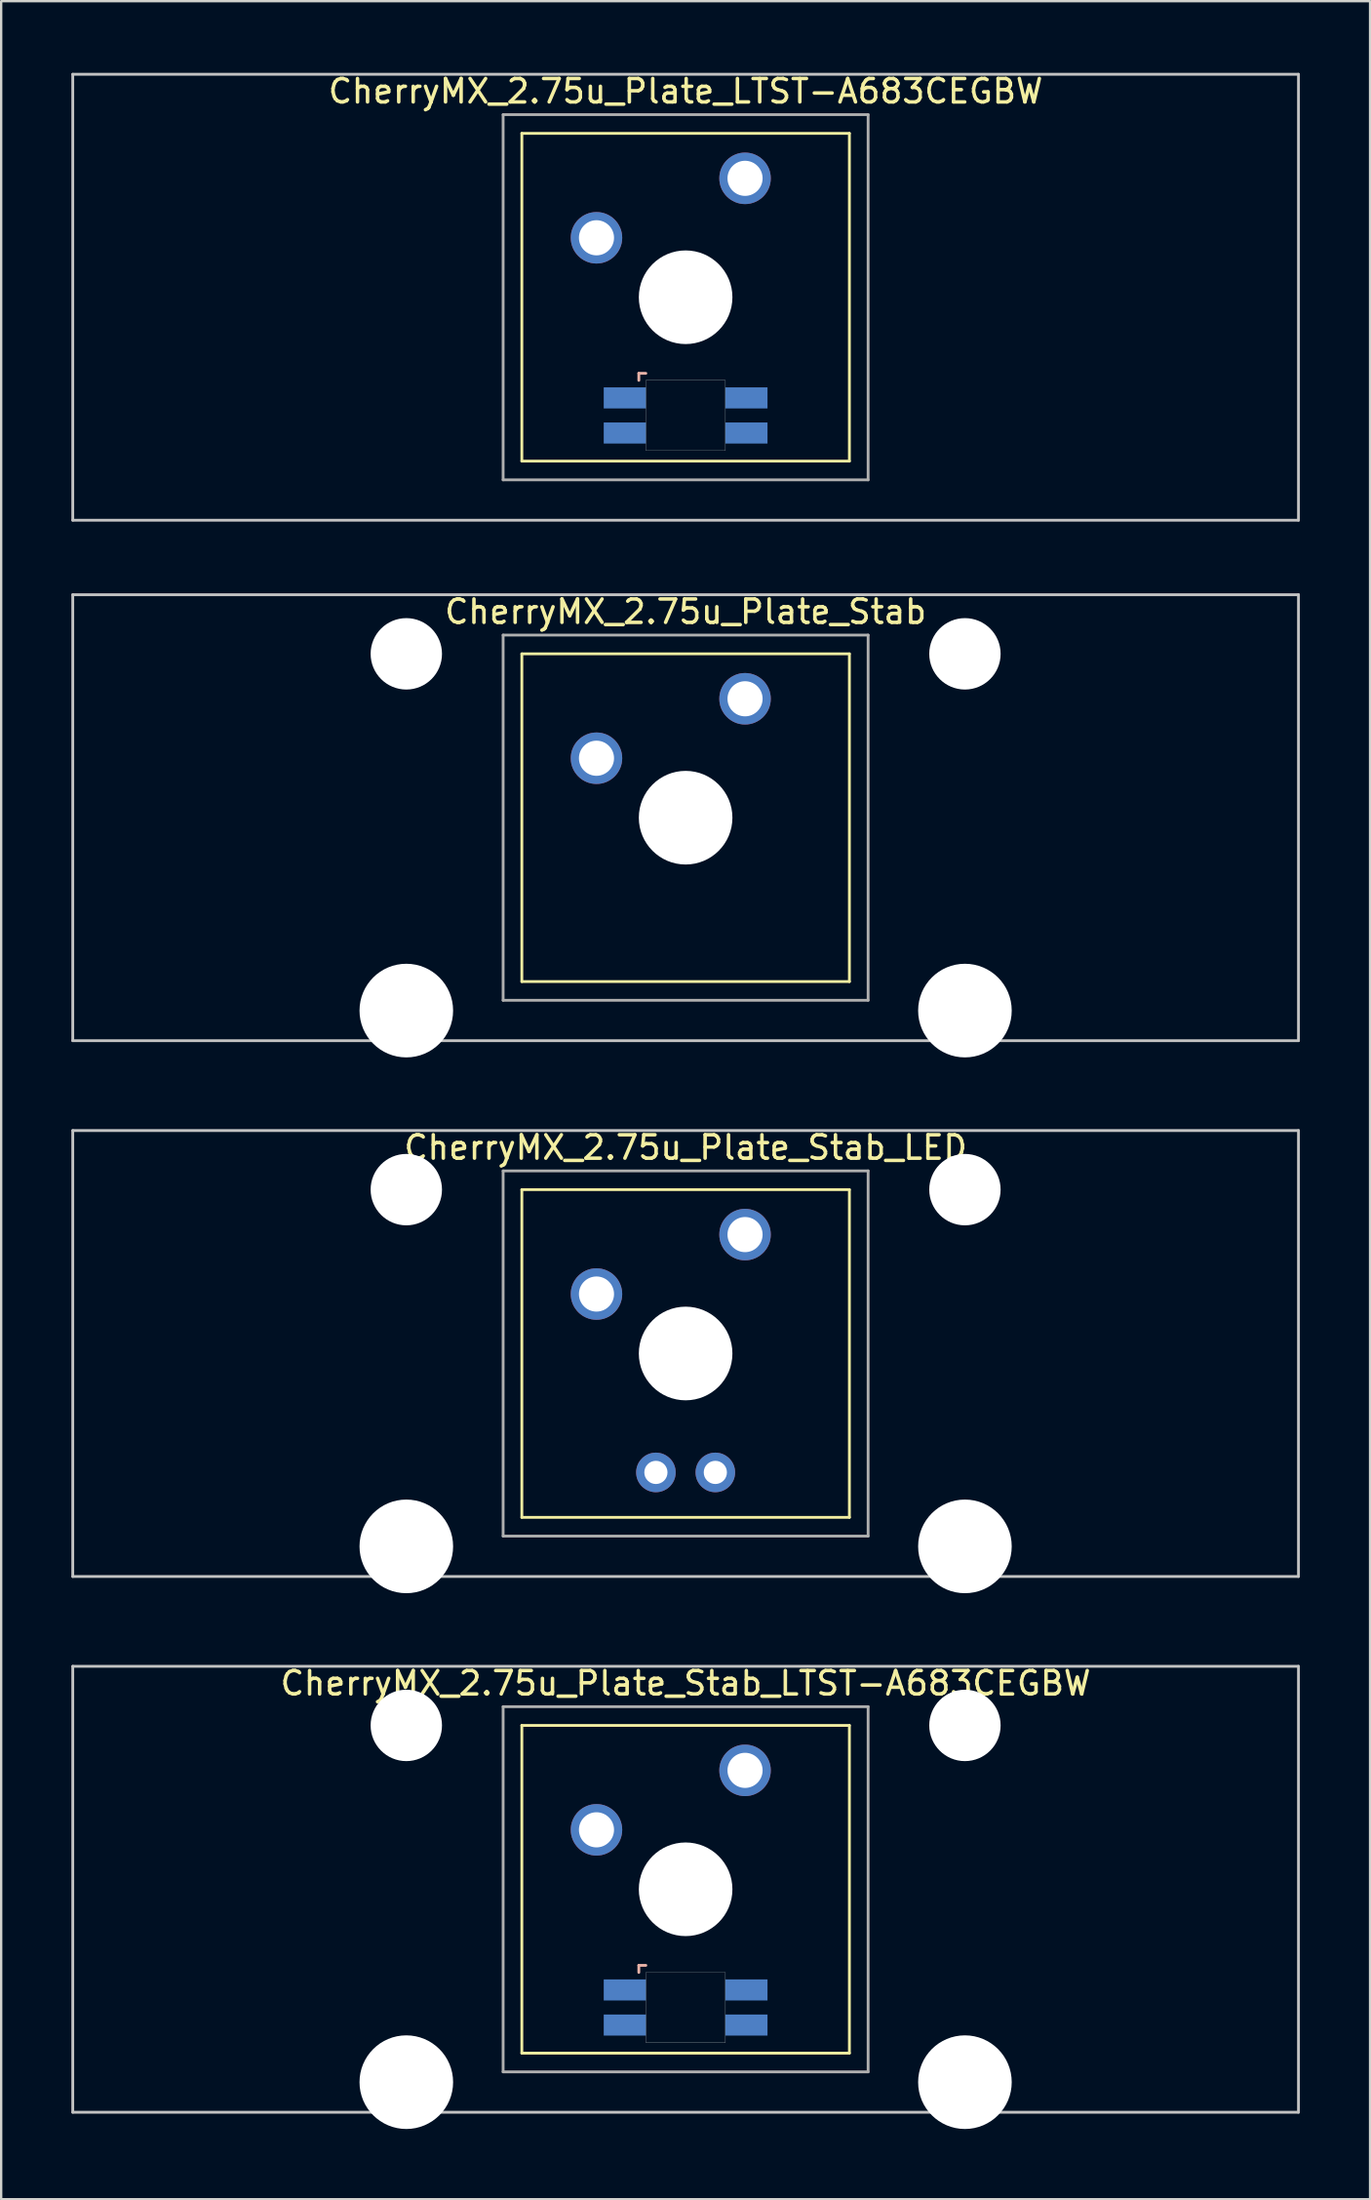
<source format=kicad_pcb>
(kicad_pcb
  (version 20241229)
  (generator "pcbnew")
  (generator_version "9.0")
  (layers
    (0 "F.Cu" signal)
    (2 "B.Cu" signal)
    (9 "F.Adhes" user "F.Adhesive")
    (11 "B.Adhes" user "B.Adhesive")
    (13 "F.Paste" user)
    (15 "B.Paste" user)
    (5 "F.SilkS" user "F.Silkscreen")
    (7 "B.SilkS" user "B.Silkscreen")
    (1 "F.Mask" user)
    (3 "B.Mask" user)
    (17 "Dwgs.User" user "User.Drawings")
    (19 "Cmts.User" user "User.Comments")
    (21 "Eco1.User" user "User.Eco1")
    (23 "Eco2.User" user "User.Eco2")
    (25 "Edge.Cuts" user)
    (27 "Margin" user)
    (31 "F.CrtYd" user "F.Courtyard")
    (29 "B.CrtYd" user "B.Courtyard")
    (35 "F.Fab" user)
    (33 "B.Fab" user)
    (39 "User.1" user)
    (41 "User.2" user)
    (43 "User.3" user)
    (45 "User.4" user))
  (footprint "CherryMX_2.75u_Plate_Stab_LED"
    (layer "F.Cu")
    (at 26.254 54.77)
    (property "Reference" "CherryMX_2.75u_Plate_Stab_LED" (at 0 -8.8 0) (layer "F.SilkS") (effects (font (size 1 1) (thickness 0.15))))
    (attr through_hole)
    (fp_line (start -7 -7) (end -7 7) (stroke (width 0.12) (type solid)) (layer "F.SilkS"))
    (fp_line (start -7 -7) (end 7 -7) (stroke (width 0.12) (type solid)) (layer "F.SilkS"))
    (fp_line (start 7 -7) (end 7 7) (stroke (width 0.12) (type solid)) (layer "F.SilkS"))
    (fp_line (start 7 7) (end -7 7) (stroke (width 0.12) (type solid)) (layer "F.SilkS"))
    (fp_line (start -26.194 -9.525) (end 26.194 -9.525) (stroke (width 0.12) (type solid)) (layer "Dwgs.User"))
    (fp_line (start -26.194 9.525) (end -26.194 -9.525) (stroke (width 0.12) (type solid)) (layer "Dwgs.User"))
    (fp_line (start 26.194 -9.525) (end 26.194 9.525) (stroke (width 0.12) (type solid)) (layer "Dwgs.User"))
    (fp_line (start 26.194 9.525) (end -26.194 9.525) (stroke (width 0.12) (type solid)) (layer "Dwgs.User"))
    (fp_line (start -7.8 -7.8) (end -7.8 7.8) (stroke (width 0.12) (type solid)) (layer "F.Fab"))
    (fp_line (start -7.8 -7.8) (end 7.8 -7.8) (stroke (width 0.12) (type solid)) (layer "F.Fab"))
    (fp_line (start -7.8 7.8) (end 7.8 7.8) (stroke (width 0.12) (type solid)) (layer "F.Fab"))
    (fp_line (start 7.8 -7.8) (end 7.8 7.8) (stroke (width 0.12) (type solid)) (layer "F.Fab"))
    (pad "" np_thru_hole circle (at -11.938 -7) (size 3.05 3.05) (drill 3.05) (layers "*.Cu" "*.Mask"))
    (pad "" np_thru_hole circle (at -11.938 8.24) (size 4 4) (drill 4) (layers "*.Cu" "*.Mask"))
    (pad "" np_thru_hole circle (at 0 0) (size 4 4) (drill 4) (layers "*.Cu" "*.Mask"))
    (pad "" np_thru_hole circle (at 11.938 -7) (size 3.05 3.05) (drill 3.05) (layers "*.Cu" "*.Mask"))
    (pad "" np_thru_hole circle (at 11.938 8.24) (size 4 4) (drill 4) (layers "*.Cu" "*.Mask"))
    (pad "1" thru_hole circle (at -3.81 -2.54) (size 2.2 2.2) (drill 1.5) (layers "*.Cu" "*.Mask"))
    (pad "2" thru_hole circle (at 2.54 -5.08) (size 2.2 2.2) (drill 1.5) (layers "*.Cu" "*.Mask"))
    (pad "3" thru_hole circle (at -1.27 5.08) (size 1.691 1.691) (drill 0.991) (layers "*.Cu" "*.Mask"))
    (pad "4" thru_hole circle (at 1.27 5.08) (size 1.691 1.691) (drill 0.991) (layers "*.Cu" "*.Mask")))
  (footprint "CherryMX_2.75u_Plate_LTST-A683CEGBW"
    (layer "F.Cu")
    (at 26.254 9.648)
    (property "Reference" "CherryMX_2.75u_Plate_LTST-A683CEGBW" (at 0 -8.8 0) (layer "F.SilkS") (effects (font (size 1 1) (thickness 0.15))))
    (attr through_hole)
    (fp_line (start -7 -7) (end -7 7) (stroke (width 0.12) (type solid)) (layer "F.SilkS"))
    (fp_line (start -7 -7) (end 7 -7) (stroke (width 0.12) (type solid)) (layer "F.SilkS"))
    (fp_line (start 7 -7) (end 7 7) (stroke (width 0.12) (type solid)) (layer "F.SilkS"))
    (fp_line (start 7 7) (end -7 7) (stroke (width 0.12) (type solid)) (layer "F.SilkS"))
    (fp_line (start -2 3.25) (end -2 3.55) (stroke (width 0.12) (type solid)) (layer "B.SilkS"))
    (fp_line (start -1.7 3.25) (end -2 3.25) (stroke (width 0.12) (type solid)) (layer "B.SilkS"))
    (fp_line (start -26.194 -9.525) (end 26.194 -9.525) (stroke (width 0.12) (type solid)) (layer "Dwgs.User"))
    (fp_line (start -26.194 9.525) (end -26.194 -9.525) (stroke (width 0.12) (type solid)) (layer "Dwgs.User"))
    (fp_line (start 26.194 -9.525) (end 26.194 9.525) (stroke (width 0.12) (type solid)) (layer "Dwgs.User"))
    (fp_line (start 26.194 9.525) (end -26.194 9.525) (stroke (width 0.12) (type solid)) (layer "Dwgs.User"))
    (fp_poly (pts (xy 1.7 6.55) (xy -1.7 6.55) (xy -1.7 3.55) (xy 1.7 3.55)) (stroke (width 0.01) (type solid)) (fill no) (layer "Edge.Cuts"))
    (fp_line (start -7.8 -7.8) (end -7.8 7.8) (stroke (width 0.12) (type solid)) (layer "F.Fab"))
    (fp_line (start -7.8 -7.8) (end 7.8 -7.8) (stroke (width 0.12) (type solid)) (layer "F.Fab"))
    (fp_line (start -7.8 7.8) (end 7.8 7.8) (stroke (width 0.12) (type solid)) (layer "F.Fab"))
    (fp_line (start 7.8 -7.8) (end 7.8 7.8) (stroke (width 0.12) (type solid)) (layer "F.Fab"))
    (pad "" np_thru_hole circle (at 0 0) (size 4 4) (drill 4) (layers "*.Cu" "*.Mask"))
    (pad "1" thru_hole circle (at -3.81 -2.54) (size 2.2 2.2) (drill 1.5) (layers "*.Cu" "*.Mask"))
    (pad "2" thru_hole circle (at 2.54 -5.08) (size 2.2 2.2) (drill 1.5) (layers "*.Cu" "*.Mask"))
    (pad "3" smd rect (at -2.6 4.3) (size 1.8 0.9) (layers "B.Cu" "B.Mask" "B.Paste"))
    (pad "4" smd rect (at -2.6 5.8) (size 1.8 0.9) (layers "B.Cu" "B.Mask" "B.Paste"))
    (pad "5" smd rect (at 2.6 4.3) (size 1.8 0.9) (layers "B.Cu" "B.Mask" "B.Paste"))
    (pad "6" smd rect (at 2.6 5.8) (size 1.8 0.9) (layers "B.Cu" "B.Mask" "B.Paste")))
  (footprint "CherryMX_2.75u_Plate_Stab_LTST-A683CEGBW"
    (layer "F.Cu")
    (at 26.254 77.658)
    (property "Reference" "CherryMX_2.75u_Plate_Stab_LTST-A683CEGBW" (at 0 -8.8 0) (layer "F.SilkS") (effects (font (size 1 1) (thickness 0.15))))
    (attr through_hole)
    (fp_line (start -7 -7) (end -7 7) (stroke (width 0.12) (type solid)) (layer "F.SilkS"))
    (fp_line (start -7 -7) (end 7 -7) (stroke (width 0.12) (type solid)) (layer "F.SilkS"))
    (fp_line (start 7 -7) (end 7 7) (stroke (width 0.12) (type solid)) (layer "F.SilkS"))
    (fp_line (start 7 7) (end -7 7) (stroke (width 0.12) (type solid)) (layer "F.SilkS"))
    (fp_line (start -2 3.25) (end -2 3.55) (stroke (width 0.12) (type solid)) (layer "B.SilkS"))
    (fp_line (start -1.7 3.25) (end -2 3.25) (stroke (width 0.12) (type solid)) (layer "B.SilkS"))
    (fp_line (start -26.194 -9.525) (end 26.194 -9.525) (stroke (width 0.12) (type solid)) (layer "Dwgs.User"))
    (fp_line (start -26.194 9.525) (end -26.194 -9.525) (stroke (width 0.12) (type solid)) (layer "Dwgs.User"))
    (fp_line (start 26.194 -9.525) (end 26.194 9.525) (stroke (width 0.12) (type solid)) (layer "Dwgs.User"))
    (fp_line (start 26.194 9.525) (end -26.194 9.525) (stroke (width 0.12) (type solid)) (layer "Dwgs.User"))
    (fp_poly (pts (xy 1.7 6.55) (xy -1.7 6.55) (xy -1.7 3.55) (xy 1.7 3.55)) (stroke (width 0.01) (type solid)) (fill no) (layer "Edge.Cuts"))
    (fp_line (start -7.8 -7.8) (end -7.8 7.8) (stroke (width 0.12) (type solid)) (layer "F.Fab"))
    (fp_line (start -7.8 -7.8) (end 7.8 -7.8) (stroke (width 0.12) (type solid)) (layer "F.Fab"))
    (fp_line (start -7.8 7.8) (end 7.8 7.8) (stroke (width 0.12) (type solid)) (layer "F.Fab"))
    (fp_line (start 7.8 -7.8) (end 7.8 7.8) (stroke (width 0.12) (type solid)) (layer "F.Fab"))
    (pad "" np_thru_hole circle (at -11.938 -7) (size 3.05 3.05) (drill 3.05) (layers "*.Cu" "*.Mask"))
    (pad "" np_thru_hole circle (at -11.938 8.24) (size 4 4) (drill 4) (layers "*.Cu" "*.Mask"))
    (pad "" np_thru_hole circle (at 0 0) (size 4 4) (drill 4) (layers "*.Cu" "*.Mask"))
    (pad "" np_thru_hole circle (at 11.938 -7) (size 3.05 3.05) (drill 3.05) (layers "*.Cu" "*.Mask"))
    (pad "" np_thru_hole circle (at 11.938 8.24) (size 4 4) (drill 4) (layers "*.Cu" "*.Mask"))
    (pad "1" thru_hole circle (at -3.81 -2.54) (size 2.2 2.2) (drill 1.5) (layers "*.Cu" "*.Mask"))
    (pad "2" thru_hole circle (at 2.54 -5.08) (size 2.2 2.2) (drill 1.5) (layers "*.Cu" "*.Mask"))
    (pad "3" smd rect (at -2.6 4.3) (size 1.8 0.9) (layers "B.Cu" "B.Mask" "B.Paste"))
    (pad "4" smd rect (at -2.6 5.8) (size 1.8 0.9) (layers "B.Cu" "B.Mask" "B.Paste"))
    (pad "5" smd rect (at 2.6 4.3) (size 1.8 0.9) (layers "B.Cu" "B.Mask" "B.Paste"))
    (pad "6" smd rect (at 2.6 5.8) (size 1.8 0.9) (layers "B.Cu" "B.Mask" "B.Paste")))
  (footprint "CherryMX_2.75u_Plate_Stab"
    (layer "F.Cu")
    (at 26.254 31.881)
    (property "Reference" "CherryMX_2.75u_Plate_Stab" (at 0 -8.8 0) (layer "F.SilkS") (effects (font (size 1 1) (thickness 0.15))))
    (attr through_hole)
    (fp_line (start -7 -7) (end -7 7) (stroke (width 0.12) (type solid)) (layer "F.SilkS"))
    (fp_line (start -7 -7) (end 7 -7) (stroke (width 0.12) (type solid)) (layer "F.SilkS"))
    (fp_line (start 7 -7) (end 7 7) (stroke (width 0.12) (type solid)) (layer "F.SilkS"))
    (fp_line (start 7 7) (end -7 7) (stroke (width 0.12) (type solid)) (layer "F.SilkS"))
    (fp_line (start -26.194 -9.525) (end 26.194 -9.525) (stroke (width 0.12) (type solid)) (layer "Dwgs.User"))
    (fp_line (start -26.194 9.525) (end -26.194 -9.525) (stroke (width 0.12) (type solid)) (layer "Dwgs.User"))
    (fp_line (start 26.194 -9.525) (end 26.194 9.525) (stroke (width 0.12) (type solid)) (layer "Dwgs.User"))
    (fp_line (start 26.194 9.525) (end -26.194 9.525) (stroke (width 0.12) (type solid)) (layer "Dwgs.User"))
    (fp_line (start -7.8 -7.8) (end -7.8 7.8) (stroke (width 0.12) (type solid)) (layer "F.Fab"))
    (fp_line (start -7.8 -7.8) (end 7.8 -7.8) (stroke (width 0.12) (type solid)) (layer "F.Fab"))
    (fp_line (start -7.8 7.8) (end 7.8 7.8) (stroke (width 0.12) (type solid)) (layer "F.Fab"))
    (fp_line (start 7.8 -7.8) (end 7.8 7.8) (stroke (width 0.12) (type solid)) (layer "F.Fab"))
    (pad "" np_thru_hole circle (at -11.938 -7) (size 3.05 3.05) (drill 3.05) (layers "*.Cu" "*.Mask"))
    (pad "" np_thru_hole circle (at -11.938 8.24) (size 4 4) (drill 4) (layers "*.Cu" "*.Mask"))
    (pad "" np_thru_hole circle (at 0 0) (size 4 4) (drill 4) (layers "*.Cu" "*.Mask"))
    (pad "" np_thru_hole circle (at 11.938 -7) (size 3.05 3.05) (drill 3.05) (layers "*.Cu" "*.Mask"))
    (pad "" np_thru_hole circle (at 11.938 8.24) (size 4 4) (drill 4) (layers "*.Cu" "*.Mask"))
    (pad "1" thru_hole circle (at -3.81 -2.54) (size 2.2 2.2) (drill 1.5) (layers "*.Cu" "*.Mask"))
    (pad "2" thru_hole circle (at 2.54 -5.08) (size 2.2 2.2) (drill 1.5) (layers "*.Cu" "*.Mask")))
  (gr_rect
    (start -3 -3)
    (end 55.508 90.898)
    (stroke (width 0.1) (type default))
    (fill no)
    (layer "Edge.Cuts")))
</source>
